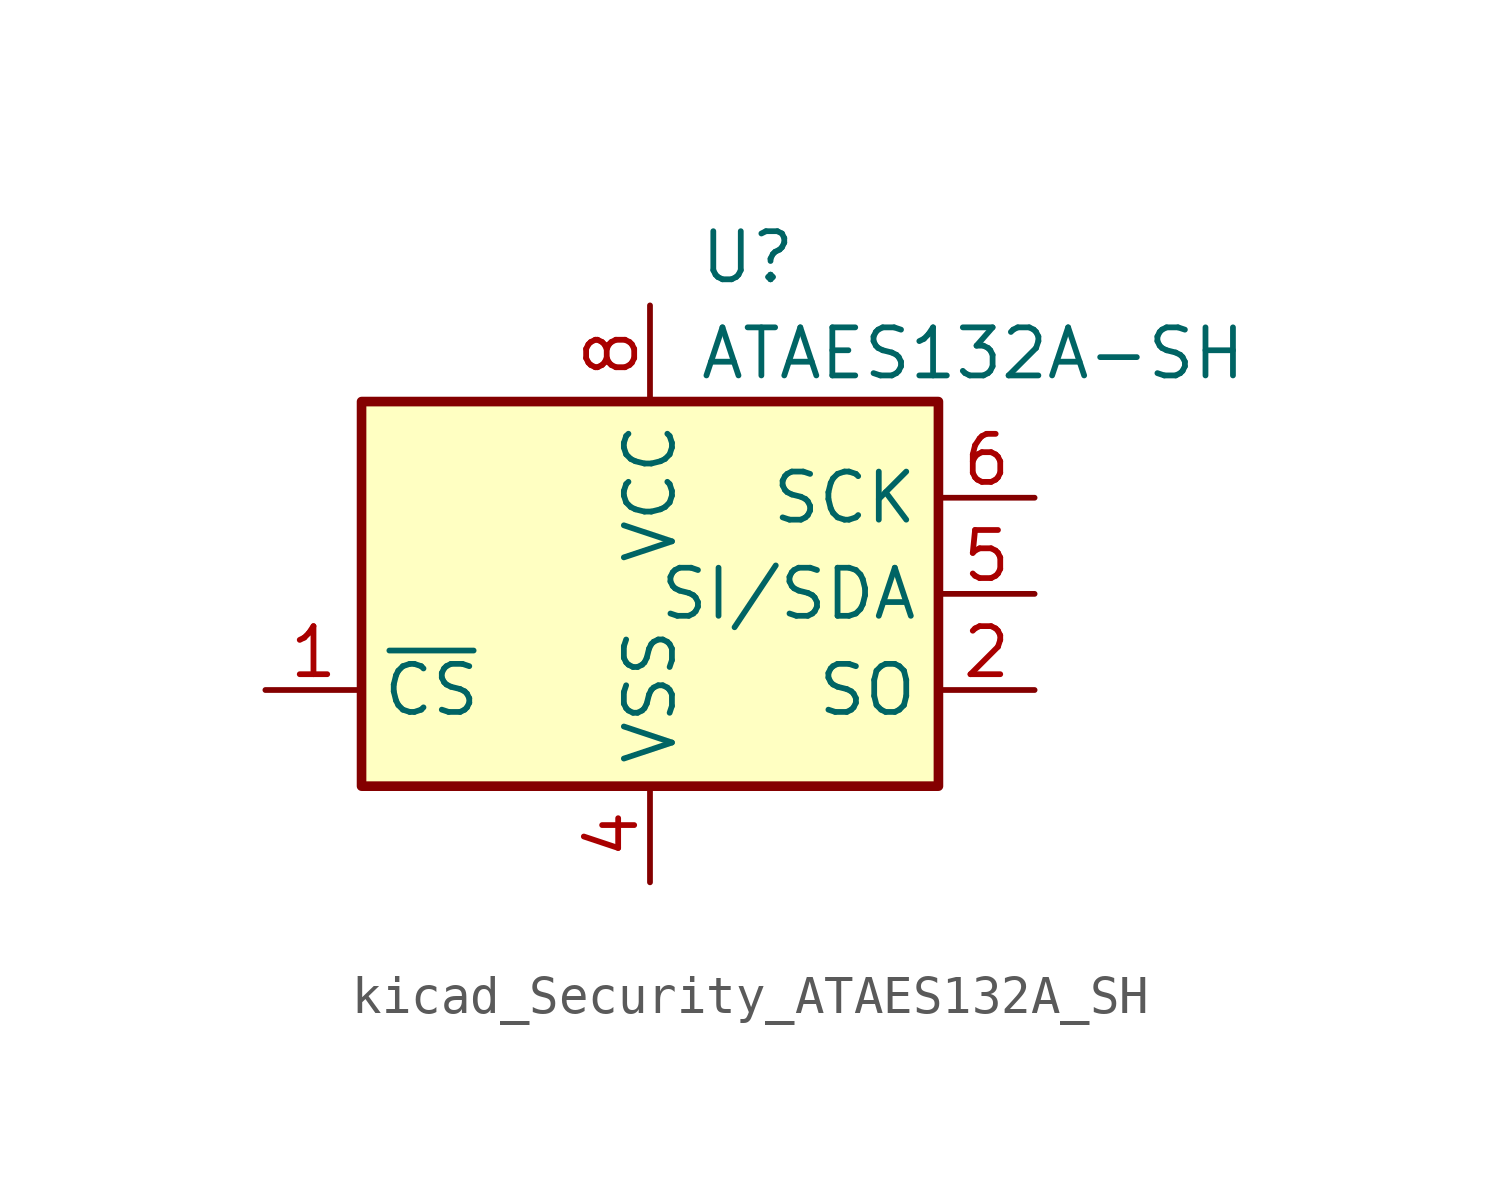
<source format=kicad_sym>
(kicad_symbol_lib
  (version 20220914)
  (generator kicad_symbol_editor)
  (symbol "kicad_Security_ATAES132A_SH"
    (property "Reference" "U"
      (at 1.27 8.89 0)
      (effects (font (size 1.27 1.27)) (justify left)))
    (property "Value" "ATAES132A-SH"
      (at 1.27 6.35 0)
      (effects (font (size 1.27 1.27)) (justify left)))
    (symbol "kicad_Security_ATAES132A_SH_0_1"
      (rectangle (start 7.62 5.08) (end -7.62 -5.08) (stroke (width 0.254) (type default)) (fill (type background))))
    (symbol "kicad_Security_ATAES132A_SH_1_1"
      (pin input line (at -10.16 -2.54 0) (length 2.54) (name "~{CS}" (effects (font (size 1.27 1.27)))) (number "1" (effects (font (size 1.27 1.27)))))
      (pin output line (at 10.16 -2.54 180) (length 2.54) (name "SO" (effects (font (size 1.27 1.27)))) (number "2" (effects (font (size 1.27 1.27)))))
      (pin no_connect line (at -7.62 2.54 0) (length 2.54) hide (name "NC" (effects (font (size 1.27 1.27)))) (number "3" (effects (font (size 1.27 1.27)))))
      (pin power_in line (at 0 -7.62 90) (length 2.54) (name "VSS" (effects (font (size 1.27 1.27)))) (number "4" (effects (font (size 1.27 1.27)))))
      (pin bidirectional line (at 10.16 0 180) (length 2.54) (name "SI/SDA" (effects (font (size 1.27 1.27)))) (number "5" (effects (font (size 1.27 1.27)))))
      (pin input line (at 10.16 2.54 180) (length 2.54) (name "SCK" (effects (font (size 1.27 1.27)))) (number "6" (effects (font (size 1.27 1.27)))))
      (pin no_connect line (at -7.62 0 0) (length 2.54) hide (name "NC" (effects (font (size 1.27 1.27)))) (number "7" (effects (font (size 1.27 1.27)))))
      (pin power_in line (at 0 7.62 270) (length 2.54) (name "VCC" (effects (font (size 1.27 1.27)))) (number "8" (effects (font (size 1.27 1.27))))))))
</source>
